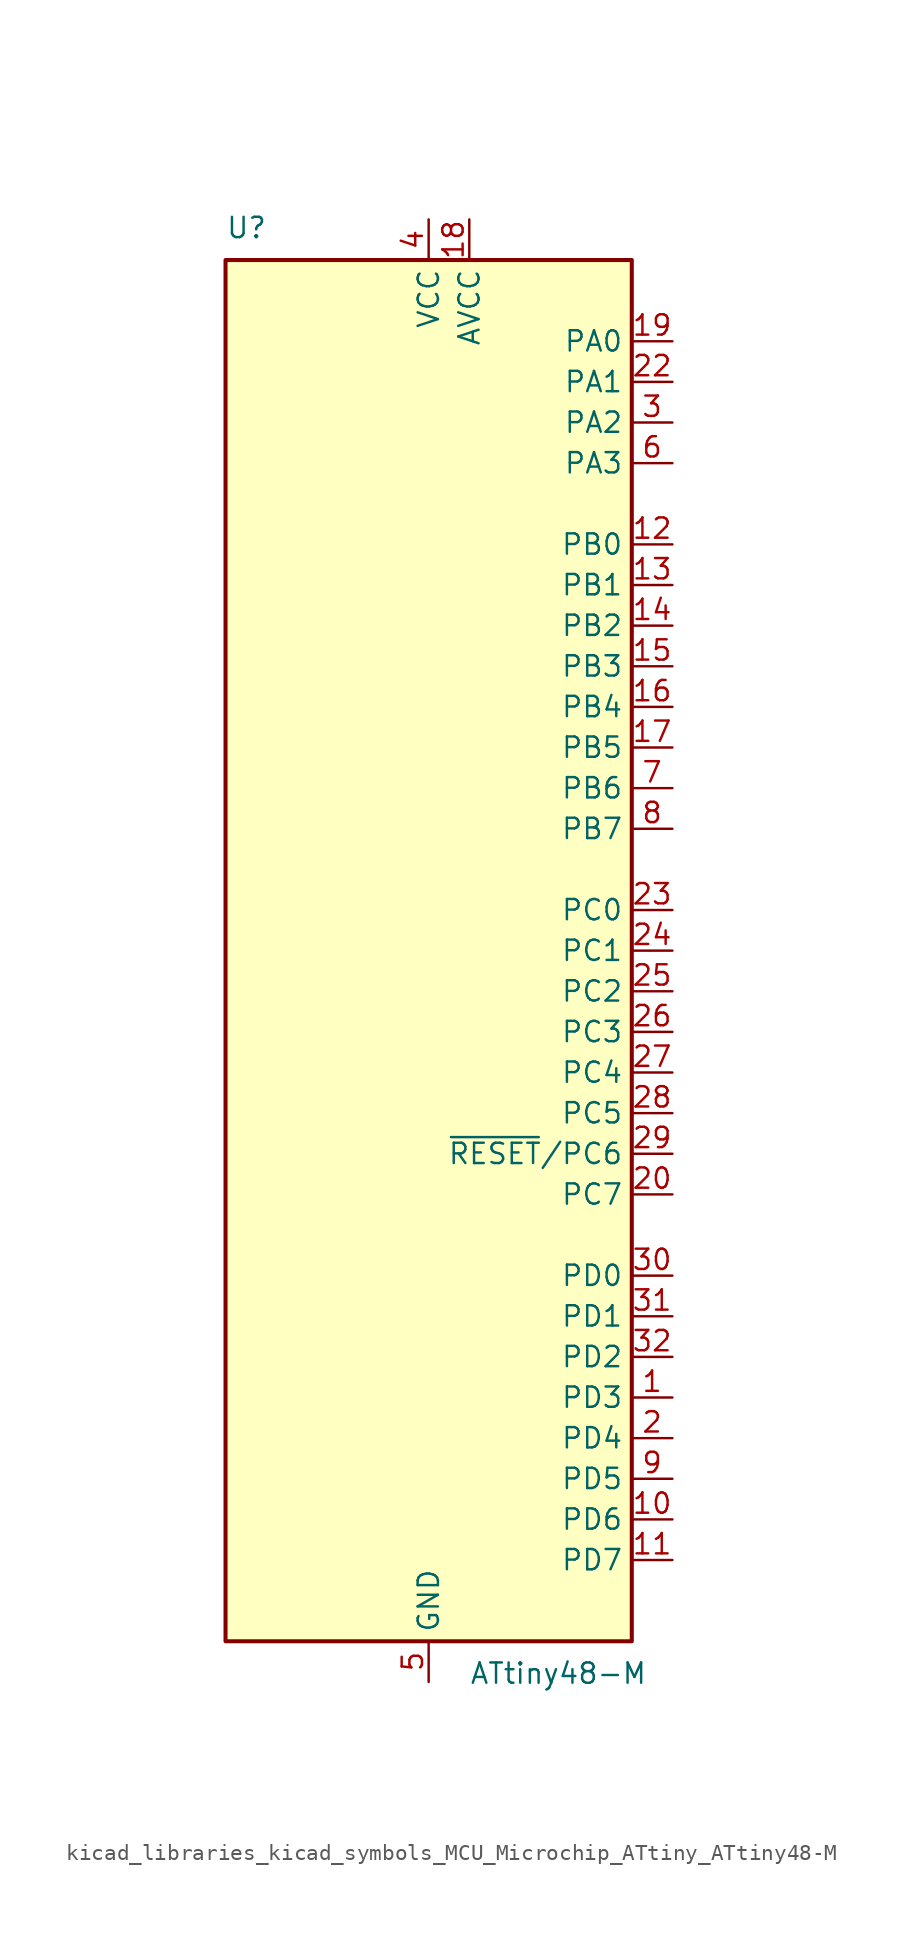
<source format=kicad_sym>
(kicad_symbol_lib
  (version 20220914)
  (generator kicad_symbol_editor)
  (symbol "kicad_libraries_kicad_symbols_MCU_Microchip_ATtiny_ATtiny48-M"
    (property "Reference" "U"
      (at -12.7 44.45 0)
      (effects (font (size 1.27 1.27)) (justify left bottom)))
    (property "Value" "ATtiny48-M"
      (at 2.54 -44.45 0)
      (effects (font (size 1.27 1.27)) (justify left top)))
    (symbol "kicad_libraries_kicad_symbols_MCU_Microchip_ATtiny_ATtiny48-M_0_1"
      (rectangle (start -12.7 -43.18) (end 12.7 43.18) (stroke (width 0.254) (type default)) (fill (type background))))
    (symbol "kicad_libraries_kicad_symbols_MCU_Microchip_ATtiny_ATtiny48-M_1_1"
      (pin bidirectional line (at 15.24 -27.94 180) (length 2.54) (name "PD3" (effects (font (size 1.27 1.27)))) (number "1" (effects (font (size 1.27 1.27)))))
      (pin bidirectional line (at 15.24 -35.56 180) (length 2.54) (name "PD6" (effects (font (size 1.27 1.27)))) (number "10" (effects (font (size 1.27 1.27)))))
      (pin bidirectional line (at 15.24 -38.1 180) (length 2.54) (name "PD7" (effects (font (size 1.27 1.27)))) (number "11" (effects (font (size 1.27 1.27)))))
      (pin bidirectional line (at 15.24 25.4 180) (length 2.54) (name "PB0" (effects (font (size 1.27 1.27)))) (number "12" (effects (font (size 1.27 1.27)))))
      (pin bidirectional line (at 15.24 22.86 180) (length 2.54) (name "PB1" (effects (font (size 1.27 1.27)))) (number "13" (effects (font (size 1.27 1.27)))))
      (pin bidirectional line (at 15.24 20.32 180) (length 2.54) (name "PB2" (effects (font (size 1.27 1.27)))) (number "14" (effects (font (size 1.27 1.27)))))
      (pin bidirectional line (at 15.24 17.78 180) (length 2.54) (name "PB3" (effects (font (size 1.27 1.27)))) (number "15" (effects (font (size 1.27 1.27)))))
      (pin bidirectional line (at 15.24 15.24 180) (length 2.54) (name "PB4" (effects (font (size 1.27 1.27)))) (number "16" (effects (font (size 1.27 1.27)))))
      (pin bidirectional line (at 15.24 12.7 180) (length 2.54) (name "PB5" (effects (font (size 1.27 1.27)))) (number "17" (effects (font (size 1.27 1.27)))))
      (pin power_in line (at 2.54 45.72 270) (length 2.54) (name "AVCC" (effects (font (size 1.27 1.27)))) (number "18" (effects (font (size 1.27 1.27)))))
      (pin bidirectional line (at 15.24 38.1 180) (length 2.54) (name "PA0" (effects (font (size 1.27 1.27)))) (number "19" (effects (font (size 1.27 1.27)))))
      (pin bidirectional line (at 15.24 -30.48 180) (length 2.54) (name "PD4" (effects (font (size 1.27 1.27)))) (number "2" (effects (font (size 1.27 1.27)))))
      (pin bidirectional line (at 15.24 -15.24 180) (length 2.54) (name "PC7" (effects (font (size 1.27 1.27)))) (number "20" (effects (font (size 1.27 1.27)))))
      (pin passive line (at 0 -45.72 90) (length 2.54) hide (name "GND" (effects (font (size 1.27 1.27)))) (number "21" (effects (font (size 1.27 1.27)))))
      (pin bidirectional line (at 15.24 35.56 180) (length 2.54) (name "PA1" (effects (font (size 1.27 1.27)))) (number "22" (effects (font (size 1.27 1.27)))))
      (pin bidirectional line (at 15.24 2.54 180) (length 2.54) (name "PC0" (effects (font (size 1.27 1.27)))) (number "23" (effects (font (size 1.27 1.27)))))
      (pin bidirectional line (at 15.24 0 180) (length 2.54) (name "PC1" (effects (font (size 1.27 1.27)))) (number "24" (effects (font (size 1.27 1.27)))))
      (pin bidirectional line (at 15.24 -2.54 180) (length 2.54) (name "PC2" (effects (font (size 1.27 1.27)))) (number "25" (effects (font (size 1.27 1.27)))))
      (pin bidirectional line (at 15.24 -5.08 180) (length 2.54) (name "PC3" (effects (font (size 1.27 1.27)))) (number "26" (effects (font (size 1.27 1.27)))))
      (pin bidirectional line (at 15.24 -7.62 180) (length 2.54) (name "PC4" (effects (font (size 1.27 1.27)))) (number "27" (effects (font (size 1.27 1.27)))))
      (pin bidirectional line (at 15.24 -10.16 180) (length 2.54) (name "PC5" (effects (font (size 1.27 1.27)))) (number "28" (effects (font (size 1.27 1.27)))))
      (pin bidirectional line (at 15.24 -12.7 180) (length 2.54) (name "~{RESET}/PC6" (effects (font (size 1.27 1.27)))) (number "29" (effects (font (size 1.27 1.27)))))
      (pin bidirectional line (at 15.24 33.02 180) (length 2.54) (name "PA2" (effects (font (size 1.27 1.27)))) (number "3" (effects (font (size 1.27 1.27)))))
      (pin bidirectional line (at 15.24 -20.32 180) (length 2.54) (name "PD0" (effects (font (size 1.27 1.27)))) (number "30" (effects (font (size 1.27 1.27)))))
      (pin bidirectional line (at 15.24 -22.86 180) (length 2.54) (name "PD1" (effects (font (size 1.27 1.27)))) (number "31" (effects (font (size 1.27 1.27)))))
      (pin bidirectional line (at 15.24 -25.4 180) (length 2.54) (name "PD2" (effects (font (size 1.27 1.27)))) (number "32" (effects (font (size 1.27 1.27)))))
      (pin passive line (at 0 -45.72 90) (length 2.54) hide (name "GND" (effects (font (size 1.27 1.27)))) (number "33" (effects (font (size 1.27 1.27)))))
      (pin power_in line (at 0 45.72 270) (length 2.54) (name "VCC" (effects (font (size 1.27 1.27)))) (number "4" (effects (font (size 1.27 1.27)))))
      (pin power_in line (at 0 -45.72 90) (length 2.54) (name "GND" (effects (font (size 1.27 1.27)))) (number "5" (effects (font (size 1.27 1.27)))))
      (pin bidirectional line (at 15.24 30.48 180) (length 2.54) (name "PA3" (effects (font (size 1.27 1.27)))) (number "6" (effects (font (size 1.27 1.27)))))
      (pin bidirectional line (at 15.24 10.16 180) (length 2.54) (name "PB6" (effects (font (size 1.27 1.27)))) (number "7" (effects (font (size 1.27 1.27)))))
      (pin bidirectional line (at 15.24 7.62 180) (length 2.54) (name "PB7" (effects (font (size 1.27 1.27)))) (number "8" (effects (font (size 1.27 1.27)))))
      (pin bidirectional line (at 15.24 -33.02 180) (length 2.54) (name "PD5" (effects (font (size 1.27 1.27)))) (number "9" (effects (font (size 1.27 1.27))))))))
</source>
